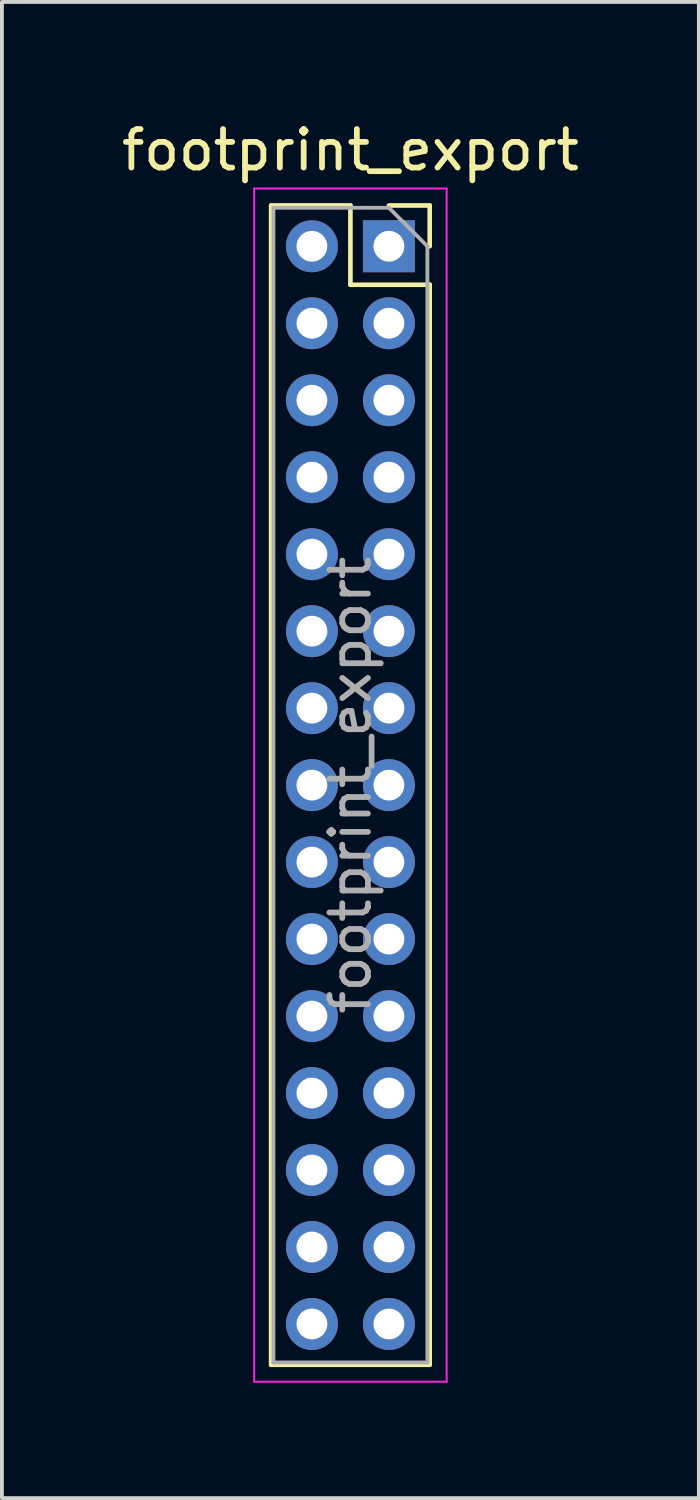
<source format=kicad_pcb>
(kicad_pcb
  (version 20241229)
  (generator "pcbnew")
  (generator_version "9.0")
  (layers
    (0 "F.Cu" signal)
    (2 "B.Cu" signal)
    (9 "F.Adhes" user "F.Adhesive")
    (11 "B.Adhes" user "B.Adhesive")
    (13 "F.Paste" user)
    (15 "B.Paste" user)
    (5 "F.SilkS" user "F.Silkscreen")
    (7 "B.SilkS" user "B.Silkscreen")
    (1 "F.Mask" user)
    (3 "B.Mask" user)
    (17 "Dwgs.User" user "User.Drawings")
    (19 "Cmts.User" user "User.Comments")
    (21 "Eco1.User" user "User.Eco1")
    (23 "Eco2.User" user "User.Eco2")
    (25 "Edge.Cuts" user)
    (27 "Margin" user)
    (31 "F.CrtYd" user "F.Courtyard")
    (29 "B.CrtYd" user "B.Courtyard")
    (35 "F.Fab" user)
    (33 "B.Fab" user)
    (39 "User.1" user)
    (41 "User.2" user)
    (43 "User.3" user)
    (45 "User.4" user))
  (footprint "footprint_export"
    (layer "F.Cu")
    (at 7.054 3.348)
    (property "Reference" "footprint_export" (at -1 -2.5 0) (layer "F.SilkS") (effects (font (size 1 1) (thickness 0.15))))
    (attr through_hole)
    (fp_line (start -3.06 -1.06) (end -3.06 29.06) (stroke (width 0.12) (type solid)) (layer "F.SilkS"))
    (fp_line (start -3.06 -1.06) (end -1 -1.06) (stroke (width 0.12) (type solid)) (layer "F.SilkS"))
    (fp_line (start -3.06 29.06) (end 1.06 29.06) (stroke (width 0.12) (type solid)) (layer "F.SilkS"))
    (fp_line (start -1 -1.06) (end -1 1) (stroke (width 0.12) (type solid)) (layer "F.SilkS"))
    (fp_line (start -1 1) (end 1.06 1) (stroke (width 0.12) (type solid)) (layer "F.SilkS"))
    (fp_line (start 0 -1.06) (end 1.06 -1.06) (stroke (width 0.12) (type solid)) (layer "F.SilkS"))
    (fp_line (start 1.06 -1.06) (end 1.06 0) (stroke (width 0.12) (type solid)) (layer "F.SilkS"))
    (fp_line (start 1.06 1) (end 1.06 29.06) (stroke (width 0.12) (type solid)) (layer "F.SilkS"))
    (fp_line (start -3.5 -1.5) (end 1.5 -1.5) (stroke (width 0.05) (type solid)) (layer "F.CrtYd"))
    (fp_line (start -3.5 29.5) (end -3.5 -1.5) (stroke (width 0.05) (type solid)) (layer "F.CrtYd"))
    (fp_line (start 1.5 -1.5) (end 1.5 29.5) (stroke (width 0.05) (type solid)) (layer "F.CrtYd"))
    (fp_line (start 1.5 29.5) (end -3.5 29.5) (stroke (width 0.05) (type solid)) (layer "F.CrtYd"))
    (fp_line (start -3 -1) (end 0 -1) (stroke (width 0.1) (type solid)) (layer "F.Fab"))
    (fp_line (start -3 29) (end -3 -1) (stroke (width 0.1) (type solid)) (layer "F.Fab"))
    (fp_line (start 0 -1) (end 1 0) (stroke (width 0.1) (type solid)) (layer "F.Fab"))
    (fp_line (start 1 0) (end 1 29) (stroke (width 0.1) (type solid)) (layer "F.Fab"))
    (fp_line (start 1 29) (end -3 29) (stroke (width 0.1) (type solid)) (layer "F.Fab"))
    (fp_text user "${REFERENCE}" (at -1 14 90) (layer "F.Fab") (effects (font (size 1 1) (thickness 0.15))))
    (pad "1" thru_hole rect (at 0 0) (size 1.35 1.35) (drill 0.8) (layers "*.Cu" "*.Mask"))
    (pad "2" thru_hole oval (at -2 0) (size 1.35 1.35) (drill 0.8) (layers "*.Cu" "*.Mask"))
    (pad "3" thru_hole oval (at 0 2) (size 1.35 1.35) (drill 0.8) (layers "*.Cu" "*.Mask"))
    (pad "4" thru_hole oval (at -2 2) (size 1.35 1.35) (drill 0.8) (layers "*.Cu" "*.Mask"))
    (pad "5" thru_hole oval (at 0 4) (size 1.35 1.35) (drill 0.8) (layers "*.Cu" "*.Mask"))
    (pad "6" thru_hole oval (at -2 4) (size 1.35 1.35) (drill 0.8) (layers "*.Cu" "*.Mask"))
    (pad "7" thru_hole oval (at 0 6) (size 1.35 1.35) (drill 0.8) (layers "*.Cu" "*.Mask"))
    (pad "8" thru_hole oval (at -2 6) (size 1.35 1.35) (drill 0.8) (layers "*.Cu" "*.Mask"))
    (pad "9" thru_hole oval (at 0 8) (size 1.35 1.35) (drill 0.8) (layers "*.Cu" "*.Mask"))
    (pad "10" thru_hole oval (at -2 8) (size 1.35 1.35) (drill 0.8) (layers "*.Cu" "*.Mask"))
    (pad "11" thru_hole oval (at 0 10) (size 1.35 1.35) (drill 0.8) (layers "*.Cu" "*.Mask"))
    (pad "12" thru_hole oval (at -2 10) (size 1.35 1.35) (drill 0.8) (layers "*.Cu" "*.Mask"))
    (pad "13" thru_hole oval (at 0 12) (size 1.35 1.35) (drill 0.8) (layers "*.Cu" "*.Mask"))
    (pad "14" thru_hole oval (at -2 12) (size 1.35 1.35) (drill 0.8) (layers "*.Cu" "*.Mask"))
    (pad "15" thru_hole oval (at 0 14) (size 1.35 1.35) (drill 0.8) (layers "*.Cu" "*.Mask"))
    (pad "16" thru_hole oval (at -2 14) (size 1.35 1.35) (drill 0.8) (layers "*.Cu" "*.Mask"))
    (pad "17" thru_hole oval (at 0 16) (size 1.35 1.35) (drill 0.8) (layers "*.Cu" "*.Mask"))
    (pad "18" thru_hole oval (at -2 16) (size 1.35 1.35) (drill 0.8) (layers "*.Cu" "*.Mask"))
    (pad "19" thru_hole oval (at 0 18) (size 1.35 1.35) (drill 0.8) (layers "*.Cu" "*.Mask"))
    (pad "20" thru_hole oval (at -2 18) (size 1.35 1.35) (drill 0.8) (layers "*.Cu" "*.Mask"))
    (pad "21" thru_hole oval (at 0 20) (size 1.35 1.35) (drill 0.8) (layers "*.Cu" "*.Mask"))
    (pad "22" thru_hole oval (at -2 20) (size 1.35 1.35) (drill 0.8) (layers "*.Cu" "*.Mask"))
    (pad "23" thru_hole oval (at 0 22) (size 1.35 1.35) (drill 0.8) (layers "*.Cu" "*.Mask"))
    (pad "24" thru_hole oval (at -2 22) (size 1.35 1.35) (drill 0.8) (layers "*.Cu" "*.Mask"))
    (pad "25" thru_hole oval (at 0 24) (size 1.35 1.35) (drill 0.8) (layers "*.Cu" "*.Mask"))
    (pad "26" thru_hole oval (at -2 24) (size 1.35 1.35) (drill 0.8) (layers "*.Cu" "*.Mask"))
    (pad "27" thru_hole oval (at 0 26) (size 1.35 1.35) (drill 0.8) (layers "*.Cu" "*.Mask"))
    (pad "28" thru_hole oval (at -2 26) (size 1.35 1.35) (drill 0.8) (layers "*.Cu" "*.Mask"))
    (pad "29" thru_hole oval (at 0 28) (size 1.35 1.35) (drill 0.8) (layers "*.Cu" "*.Mask"))
    (pad "30" thru_hole oval (at -2 28) (size 1.35 1.35) (drill 0.8) (layers "*.Cu" "*.Mask")))
  (gr_rect
    (start -3 -3)
    (end 15.107 35.873)
    (stroke (width 0.1) (type default))
    (fill no)
    (layer "Edge.Cuts")))
</source>
